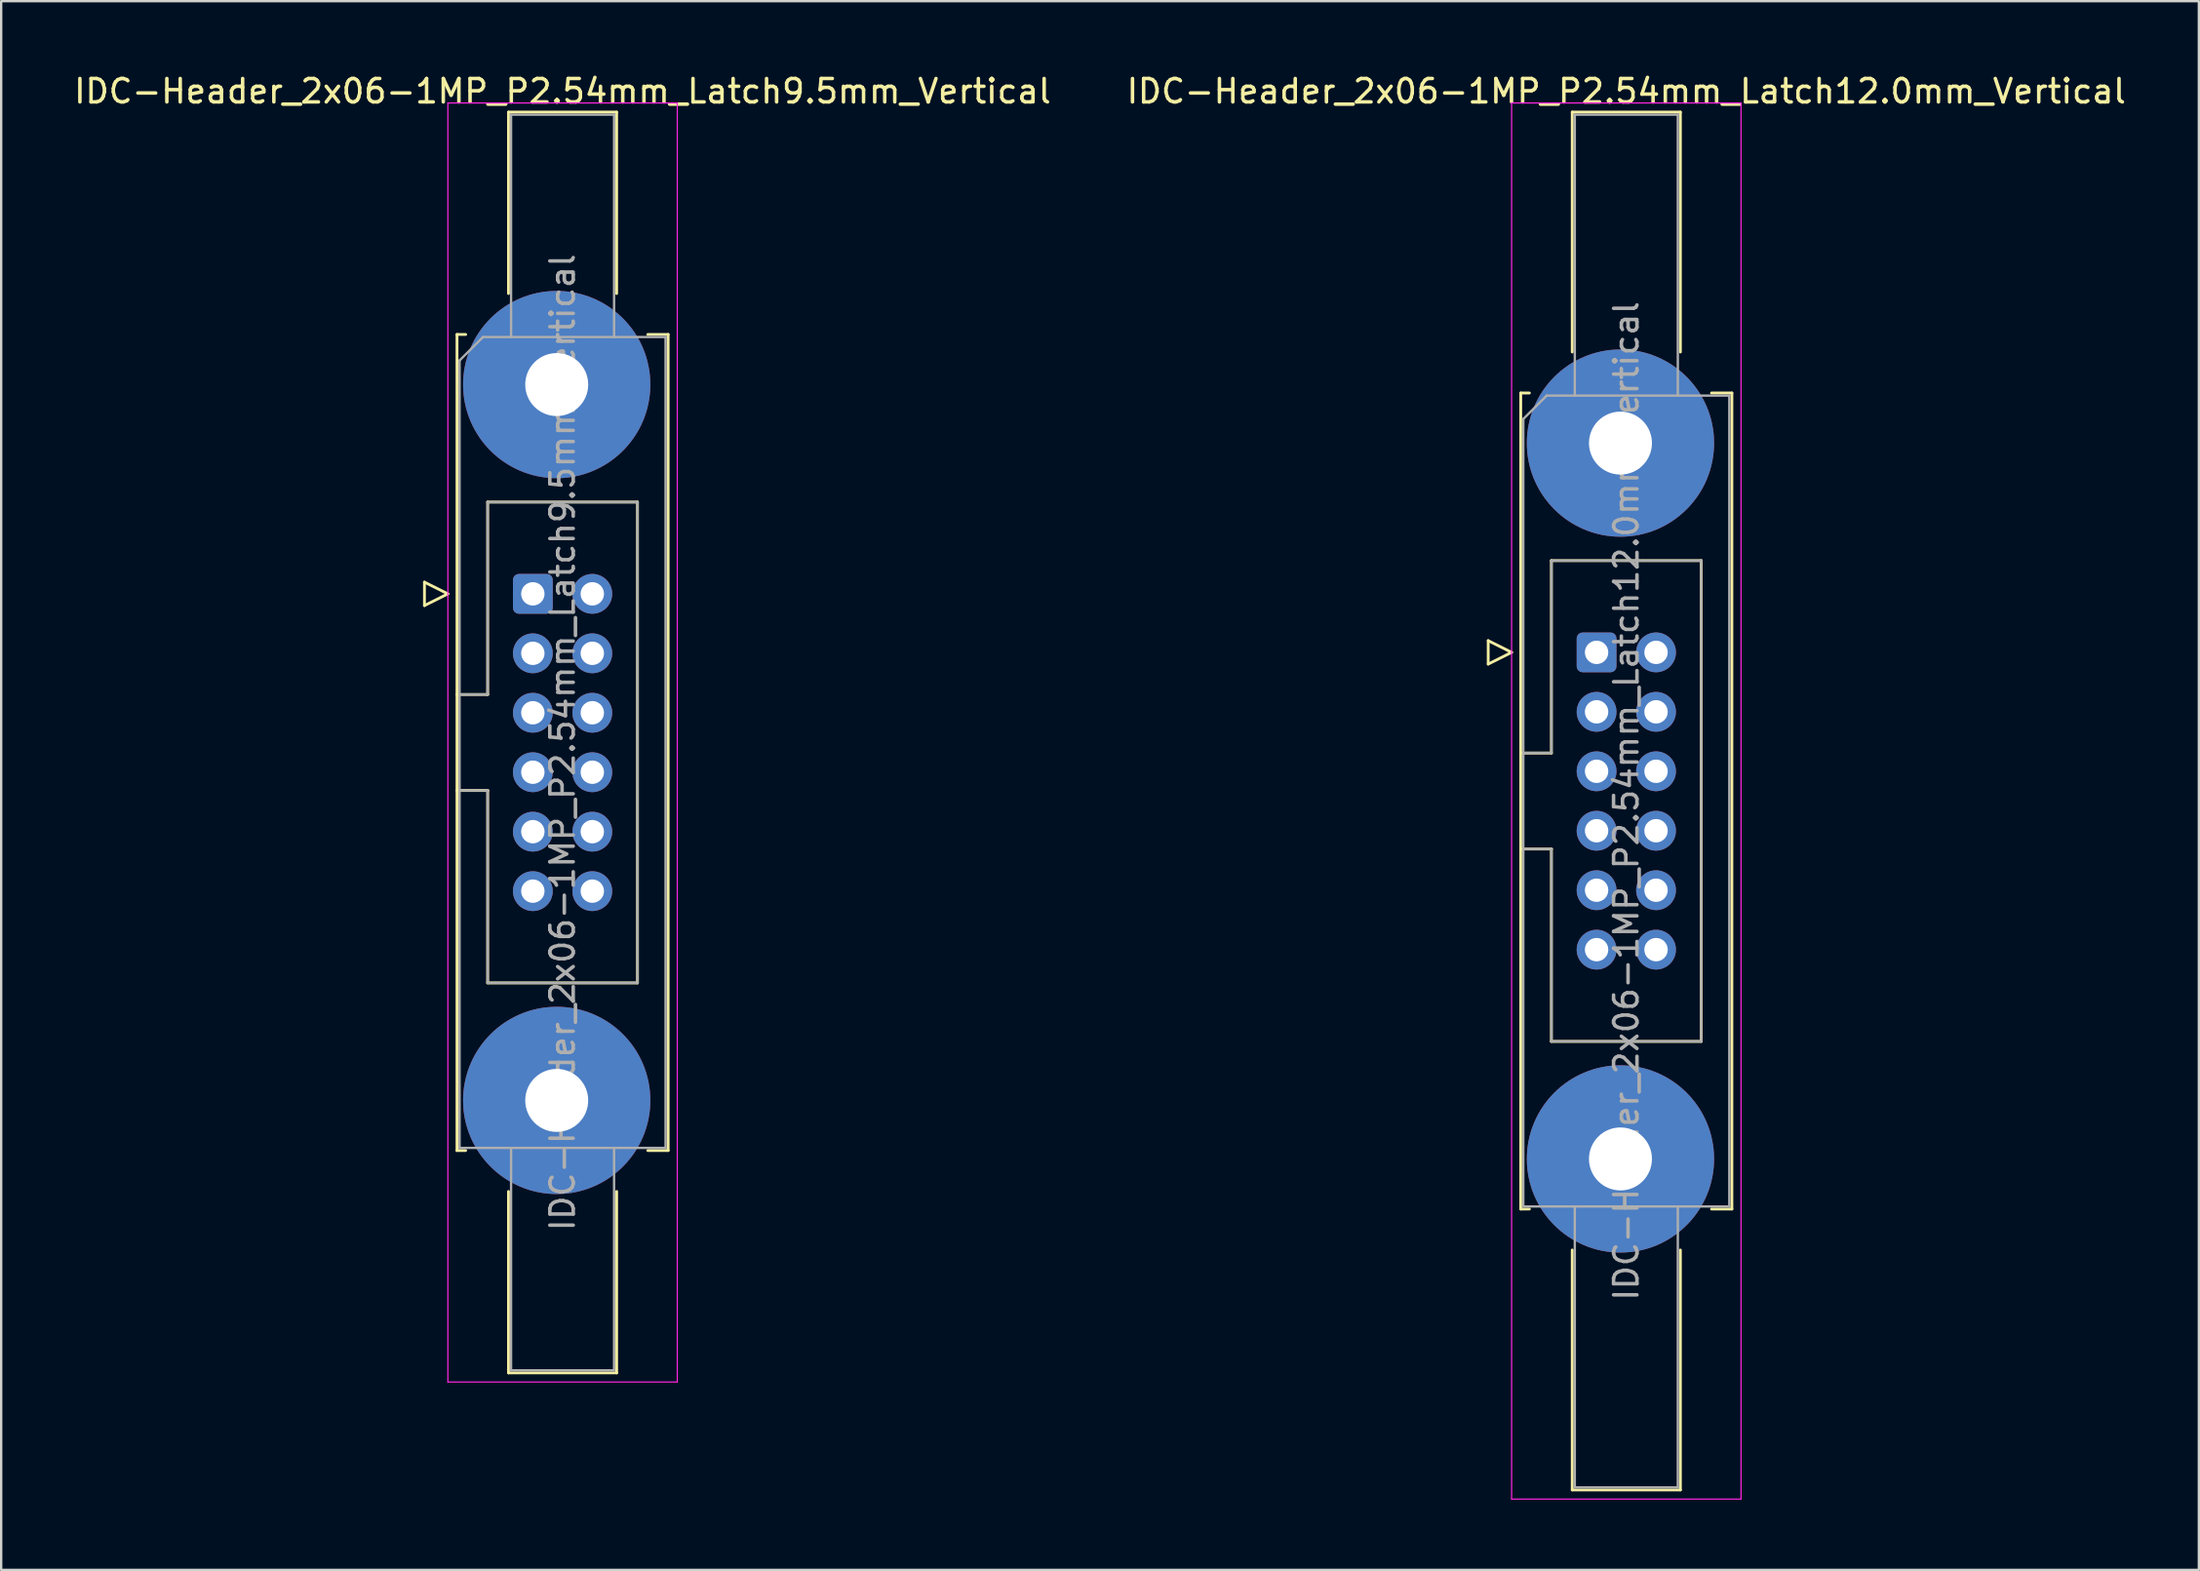
<source format=kicad_pcb>
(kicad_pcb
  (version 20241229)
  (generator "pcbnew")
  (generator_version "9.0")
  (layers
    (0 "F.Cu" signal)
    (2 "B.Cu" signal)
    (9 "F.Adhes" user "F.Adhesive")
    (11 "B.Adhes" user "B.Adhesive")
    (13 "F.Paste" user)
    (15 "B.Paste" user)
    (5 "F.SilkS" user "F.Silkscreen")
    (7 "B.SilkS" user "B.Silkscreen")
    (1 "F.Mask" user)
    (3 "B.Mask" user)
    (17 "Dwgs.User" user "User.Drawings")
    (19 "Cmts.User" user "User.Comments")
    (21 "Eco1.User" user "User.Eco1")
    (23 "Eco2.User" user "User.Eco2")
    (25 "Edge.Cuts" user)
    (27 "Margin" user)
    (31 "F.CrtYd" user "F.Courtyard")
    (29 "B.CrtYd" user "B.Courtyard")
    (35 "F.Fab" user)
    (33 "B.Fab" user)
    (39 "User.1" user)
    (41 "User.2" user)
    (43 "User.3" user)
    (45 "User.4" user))
  (footprint "IDC-Header_2x06-1MP_P2.54mm_Latch9.5mm_Vertical"
    (layer "F.Cu")
    (at 19.712 22.318)
    (property "Reference" "IDC-Header_2x06-1MP_P2.54mm_Latch9.5mm_Vertical" (at 1.27 -21.47 0) (layer "F.SilkS") (effects (font (size 1 1) (thickness 0.15))))
    (attr through_hole)
    (fp_line (start -4.63 -0.5) (end -4.63 0.5) (stroke (width 0.12) (type solid)) (layer "F.SilkS"))
    (fp_line (start -4.63 0.5) (end -3.63 0) (stroke (width 0.12) (type solid)) (layer "F.SilkS"))
    (fp_line (start -3.63 0) (end -4.63 -0.5) (stroke (width 0.12) (type solid)) (layer "F.SilkS"))
    (fp_line (start -3.24 -11.08) (end -3.24 23.78) (stroke (width 0.12) (type solid)) (layer "F.SilkS"))
    (fp_line (start -3.24 4.3) (end -1.93 4.3) (stroke (width 0.12) (type solid)) (layer "F.SilkS"))
    (fp_line (start -3.24 23.78) (end -2.87 23.78) (stroke (width 0.12) (type solid)) (layer "F.SilkS"))
    (fp_line (start -2.87 -11.08) (end -3.24 -11.08) (stroke (width 0.12) (type solid)) (layer "F.SilkS"))
    (fp_line (start -1.93 -3.92) (end 4.47 -3.92) (stroke (width 0.12) (type solid)) (layer "F.SilkS"))
    (fp_line (start -1.93 4.3) (end -1.93 -3.92) (stroke (width 0.12) (type solid)) (layer "F.SilkS"))
    (fp_line (start -1.93 8.4) (end -3.24 8.4) (stroke (width 0.12) (type solid)) (layer "F.SilkS"))
    (fp_line (start -1.93 8.4) (end -1.93 8.4) (stroke (width 0.12) (type solid)) (layer "F.SilkS"))
    (fp_line (start -1.93 16.62) (end -1.93 8.4) (stroke (width 0.12) (type solid)) (layer "F.SilkS"))
    (fp_line (start -1.04 -20.58) (end 3.58 -20.58) (stroke (width 0.12) (type solid)) (layer "F.SilkS"))
    (fp_line (start -1.04 -12.83) (end -1.04 -20.58) (stroke (width 0.12) (type solid)) (layer "F.SilkS"))
    (fp_line (start -1.04 25.53) (end -1.04 33.28) (stroke (width 0.12) (type solid)) (layer "F.SilkS"))
    (fp_line (start -1.04 33.28) (end 3.58 33.28) (stroke (width 0.12) (type solid)) (layer "F.SilkS"))
    (fp_line (start 3.58 -20.58) (end 3.58 -12.83) (stroke (width 0.12) (type solid)) (layer "F.SilkS"))
    (fp_line (start 3.58 33.28) (end 3.58 25.53) (stroke (width 0.12) (type solid)) (layer "F.SilkS"))
    (fp_line (start 4.47 -3.92) (end 4.47 16.62) (stroke (width 0.12) (type solid)) (layer "F.SilkS"))
    (fp_line (start 4.47 16.62) (end -1.93 16.62) (stroke (width 0.12) (type solid)) (layer "F.SilkS"))
    (fp_line (start 4.91 -11.08) (end 5.78 -11.08) (stroke (width 0.12) (type solid)) (layer "F.SilkS"))
    (fp_line (start 5.78 -11.08) (end 5.78 23.78) (stroke (width 0.12) (type solid)) (layer "F.SilkS"))
    (fp_line (start 5.78 23.78) (end 4.91 23.78) (stroke (width 0.12) (type solid)) (layer "F.SilkS"))
    (fp_line (start -3.63 -20.97) (end -3.63 33.67) (stroke (width 0.05) (type solid)) (layer "F.CrtYd"))
    (fp_line (start -3.63 33.67) (end 6.17 33.67) (stroke (width 0.05) (type solid)) (layer "F.CrtYd"))
    (fp_line (start 6.17 -20.97) (end -3.63 -20.97) (stroke (width 0.05) (type solid)) (layer "F.CrtYd"))
    (fp_line (start 6.17 33.67) (end 6.17 -20.97) (stroke (width 0.05) (type solid)) (layer "F.CrtYd"))
    (fp_line (start -3.13 -9.97) (end -2.13 -10.97) (stroke (width 0.1) (type solid)) (layer "F.Fab"))
    (fp_line (start -3.13 4.3) (end -1.93 4.3) (stroke (width 0.1) (type solid)) (layer "F.Fab"))
    (fp_line (start -3.13 23.67) (end -3.13 -9.97) (stroke (width 0.1) (type solid)) (layer "F.Fab"))
    (fp_line (start -2.13 -10.97) (end 5.67 -10.97) (stroke (width 0.1) (type solid)) (layer "F.Fab"))
    (fp_line (start -1.93 -3.92) (end 4.47 -3.92) (stroke (width 0.1) (type solid)) (layer "F.Fab"))
    (fp_line (start -1.93 4.3) (end -1.93 -3.92) (stroke (width 0.1) (type solid)) (layer "F.Fab"))
    (fp_line (start -1.93 8.4) (end -3.13 8.4) (stroke (width 0.1) (type solid)) (layer "F.Fab"))
    (fp_line (start -1.93 8.4) (end -1.93 8.4) (stroke (width 0.1) (type solid)) (layer "F.Fab"))
    (fp_line (start -1.93 16.62) (end -1.93 8.4) (stroke (width 0.1) (type solid)) (layer "F.Fab"))
    (fp_line (start -0.93 -20.47) (end 3.47 -20.47) (stroke (width 0.1) (type solid)) (layer "F.Fab"))
    (fp_line (start -0.93 -10.97) (end -0.93 -20.47) (stroke (width 0.1) (type solid)) (layer "F.Fab"))
    (fp_line (start -0.93 23.67) (end -0.93 33.17) (stroke (width 0.1) (type solid)) (layer "F.Fab"))
    (fp_line (start -0.93 33.17) (end 3.47 33.17) (stroke (width 0.1) (type solid)) (layer "F.Fab"))
    (fp_line (start 3.47 -20.47) (end 3.47 -10.97) (stroke (width 0.1) (type solid)) (layer "F.Fab"))
    (fp_line (start 3.47 33.17) (end 3.47 23.67) (stroke (width 0.1) (type solid)) (layer "F.Fab"))
    (fp_line (start 4.47 -3.92) (end 4.47 16.62) (stroke (width 0.1) (type solid)) (layer "F.Fab"))
    (fp_line (start 4.47 16.62) (end -1.93 16.62) (stroke (width 0.1) (type solid)) (layer "F.Fab"))
    (fp_line (start 5.67 -10.97) (end 5.67 23.67) (stroke (width 0.1) (type solid)) (layer "F.Fab"))
    (fp_line (start 5.67 23.67) (end -3.13 23.67) (stroke (width 0.1) (type solid)) (layer "F.Fab"))
    (fp_text user "${REFERENCE}" (at 1.27 6.35 90) (layer "F.Fab") (effects (font (size 1 1) (thickness 0.15))))
    (pad "1" thru_hole roundrect (at 0 0) (size 1.7 1.7) (drill 1) (layers "*.Cu" "*.Mask") (roundrect_rratio 0.147))
    (pad "2" thru_hole circle (at 2.54 0) (size 1.7 1.7) (drill 1) (layers "*.Cu" "*.Mask"))
    (pad "3" thru_hole circle (at 0 2.54) (size 1.7 1.7) (drill 1) (layers "*.Cu" "*.Mask"))
    (pad "4" thru_hole circle (at 2.54 2.54) (size 1.7 1.7) (drill 1) (layers "*.Cu" "*.Mask"))
    (pad "5" thru_hole circle (at 0 5.08) (size 1.7 1.7) (drill 1) (layers "*.Cu" "*.Mask"))
    (pad "6" thru_hole circle (at 2.54 5.08) (size 1.7 1.7) (drill 1) (layers "*.Cu" "*.Mask"))
    (pad "7" thru_hole circle (at 0 7.62) (size 1.7 1.7) (drill 1) (layers "*.Cu" "*.Mask"))
    (pad "8" thru_hole circle (at 2.54 7.62) (size 1.7 1.7) (drill 1) (layers "*.Cu" "*.Mask"))
    (pad "9" thru_hole circle (at 0 10.16) (size 1.7 1.7) (drill 1) (layers "*.Cu" "*.Mask"))
    (pad "10" thru_hole circle (at 2.54 10.16) (size 1.7 1.7) (drill 1) (layers "*.Cu" "*.Mask"))
    (pad "11" thru_hole circle (at 0 12.7) (size 1.7 1.7) (drill 1) (layers "*.Cu" "*.Mask"))
    (pad "12" thru_hole circle (at 2.54 12.7) (size 1.7 1.7) (drill 1) (layers "*.Cu" "*.Mask"))
    (pad "MP" thru_hole circle (at 1.02 -8.94) (size 8 8) (drill 2.69) (layers "*.Cu" "*.Mask"))
    (pad "MP" thru_hole circle (at 1.02 21.64) (size 8 8) (drill 2.69) (layers "*.Cu" "*.Mask")))
  (footprint "IDC-Header_2x06-1MP_P2.54mm_Latch12.0mm_Vertical"
    (layer "F.Cu")
    (at 65.153 24.818)
    (property "Reference" "IDC-Header_2x06-1MP_P2.54mm_Latch12.0mm_Vertical" (at 1.27 -23.97 0) (layer "F.SilkS") (effects (font (size 1 1) (thickness 0.15))))
    (attr through_hole)
    (fp_line (start -4.63 -0.5) (end -4.63 0.5) (stroke (width 0.12) (type solid)) (layer "F.SilkS"))
    (fp_line (start -4.63 0.5) (end -3.63 0) (stroke (width 0.12) (type solid)) (layer "F.SilkS"))
    (fp_line (start -3.63 0) (end -4.63 -0.5) (stroke (width 0.12) (type solid)) (layer "F.SilkS"))
    (fp_line (start -3.24 -11.08) (end -3.24 23.78) (stroke (width 0.12) (type solid)) (layer "F.SilkS"))
    (fp_line (start -3.24 4.3) (end -1.93 4.3) (stroke (width 0.12) (type solid)) (layer "F.SilkS"))
    (fp_line (start -3.24 23.78) (end -2.87 23.78) (stroke (width 0.12) (type solid)) (layer "F.SilkS"))
    (fp_line (start -2.87 -11.08) (end -3.24 -11.08) (stroke (width 0.12) (type solid)) (layer "F.SilkS"))
    (fp_line (start -1.93 -3.92) (end 4.47 -3.92) (stroke (width 0.12) (type solid)) (layer "F.SilkS"))
    (fp_line (start -1.93 4.3) (end -1.93 -3.92) (stroke (width 0.12) (type solid)) (layer "F.SilkS"))
    (fp_line (start -1.93 8.4) (end -3.24 8.4) (stroke (width 0.12) (type solid)) (layer "F.SilkS"))
    (fp_line (start -1.93 8.4) (end -1.93 8.4) (stroke (width 0.12) (type solid)) (layer "F.SilkS"))
    (fp_line (start -1.93 16.62) (end -1.93 8.4) (stroke (width 0.12) (type solid)) (layer "F.SilkS"))
    (fp_line (start -1.04 -23.08) (end 3.58 -23.08) (stroke (width 0.12) (type solid)) (layer "F.SilkS"))
    (fp_line (start -1.04 -12.83) (end -1.04 -23.08) (stroke (width 0.12) (type solid)) (layer "F.SilkS"))
    (fp_line (start -1.04 25.53) (end -1.04 35.78) (stroke (width 0.12) (type solid)) (layer "F.SilkS"))
    (fp_line (start -1.04 35.78) (end 3.58 35.78) (stroke (width 0.12) (type solid)) (layer "F.SilkS"))
    (fp_line (start 3.58 -23.08) (end 3.58 -12.83) (stroke (width 0.12) (type solid)) (layer "F.SilkS"))
    (fp_line (start 3.58 35.78) (end 3.58 25.53) (stroke (width 0.12) (type solid)) (layer "F.SilkS"))
    (fp_line (start 4.47 -3.92) (end 4.47 16.62) (stroke (width 0.12) (type solid)) (layer "F.SilkS"))
    (fp_line (start 4.47 16.62) (end -1.93 16.62) (stroke (width 0.12) (type solid)) (layer "F.SilkS"))
    (fp_line (start 4.91 -11.08) (end 5.78 -11.08) (stroke (width 0.12) (type solid)) (layer "F.SilkS"))
    (fp_line (start 5.78 -11.08) (end 5.78 23.78) (stroke (width 0.12) (type solid)) (layer "F.SilkS"))
    (fp_line (start 5.78 23.78) (end 4.91 23.78) (stroke (width 0.12) (type solid)) (layer "F.SilkS"))
    (fp_line (start -3.63 -23.47) (end -3.63 36.17) (stroke (width 0.05) (type solid)) (layer "F.CrtYd"))
    (fp_line (start -3.63 36.17) (end 6.17 36.17) (stroke (width 0.05) (type solid)) (layer "F.CrtYd"))
    (fp_line (start 6.17 -23.47) (end -3.63 -23.47) (stroke (width 0.05) (type solid)) (layer "F.CrtYd"))
    (fp_line (start 6.17 36.17) (end 6.17 -23.47) (stroke (width 0.05) (type solid)) (layer "F.CrtYd"))
    (fp_line (start -3.13 -9.97) (end -2.13 -10.97) (stroke (width 0.1) (type solid)) (layer "F.Fab"))
    (fp_line (start -3.13 4.3) (end -1.93 4.3) (stroke (width 0.1) (type solid)) (layer "F.Fab"))
    (fp_line (start -3.13 23.67) (end -3.13 -9.97) (stroke (width 0.1) (type solid)) (layer "F.Fab"))
    (fp_line (start -2.13 -10.97) (end 5.67 -10.97) (stroke (width 0.1) (type solid)) (layer "F.Fab"))
    (fp_line (start -1.93 -3.92) (end 4.47 -3.92) (stroke (width 0.1) (type solid)) (layer "F.Fab"))
    (fp_line (start -1.93 4.3) (end -1.93 -3.92) (stroke (width 0.1) (type solid)) (layer "F.Fab"))
    (fp_line (start -1.93 8.4) (end -3.13 8.4) (stroke (width 0.1) (type solid)) (layer "F.Fab"))
    (fp_line (start -1.93 8.4) (end -1.93 8.4) (stroke (width 0.1) (type solid)) (layer "F.Fab"))
    (fp_line (start -1.93 16.62) (end -1.93 8.4) (stroke (width 0.1) (type solid)) (layer "F.Fab"))
    (fp_line (start -0.93 -22.97) (end 3.47 -22.97) (stroke (width 0.1) (type solid)) (layer "F.Fab"))
    (fp_line (start -0.93 -10.97) (end -0.93 -22.97) (stroke (width 0.1) (type solid)) (layer "F.Fab"))
    (fp_line (start -0.93 23.67) (end -0.93 35.67) (stroke (width 0.1) (type solid)) (layer "F.Fab"))
    (fp_line (start -0.93 35.67) (end 3.47 35.67) (stroke (width 0.1) (type solid)) (layer "F.Fab"))
    (fp_line (start 3.47 -22.97) (end 3.47 -10.97) (stroke (width 0.1) (type solid)) (layer "F.Fab"))
    (fp_line (start 3.47 35.67) (end 3.47 23.67) (stroke (width 0.1) (type solid)) (layer "F.Fab"))
    (fp_line (start 4.47 -3.92) (end 4.47 16.62) (stroke (width 0.1) (type solid)) (layer "F.Fab"))
    (fp_line (start 4.47 16.62) (end -1.93 16.62) (stroke (width 0.1) (type solid)) (layer "F.Fab"))
    (fp_line (start 5.67 -10.97) (end 5.67 23.67) (stroke (width 0.1) (type solid)) (layer "F.Fab"))
    (fp_line (start 5.67 23.67) (end -3.13 23.67) (stroke (width 0.1) (type solid)) (layer "F.Fab"))
    (fp_text user "${REFERENCE}" (at 1.27 6.35 90) (layer "F.Fab") (effects (font (size 1 1) (thickness 0.15))))
    (pad "1" thru_hole roundrect (at 0 0) (size 1.7 1.7) (drill 1) (layers "*.Cu" "*.Mask") (roundrect_rratio 0.147))
    (pad "2" thru_hole circle (at 2.54 0) (size 1.7 1.7) (drill 1) (layers "*.Cu" "*.Mask"))
    (pad "3" thru_hole circle (at 0 2.54) (size 1.7 1.7) (drill 1) (layers "*.Cu" "*.Mask"))
    (pad "4" thru_hole circle (at 2.54 2.54) (size 1.7 1.7) (drill 1) (layers "*.Cu" "*.Mask"))
    (pad "5" thru_hole circle (at 0 5.08) (size 1.7 1.7) (drill 1) (layers "*.Cu" "*.Mask"))
    (pad "6" thru_hole circle (at 2.54 5.08) (size 1.7 1.7) (drill 1) (layers "*.Cu" "*.Mask"))
    (pad "7" thru_hole circle (at 0 7.62) (size 1.7 1.7) (drill 1) (layers "*.Cu" "*.Mask"))
    (pad "8" thru_hole circle (at 2.54 7.62) (size 1.7 1.7) (drill 1) (layers "*.Cu" "*.Mask"))
    (pad "9" thru_hole circle (at 0 10.16) (size 1.7 1.7) (drill 1) (layers "*.Cu" "*.Mask"))
    (pad "10" thru_hole circle (at 2.54 10.16) (size 1.7 1.7) (drill 1) (layers "*.Cu" "*.Mask"))
    (pad "11" thru_hole circle (at 0 12.7) (size 1.7 1.7) (drill 1) (layers "*.Cu" "*.Mask"))
    (pad "12" thru_hole circle (at 2.54 12.7) (size 1.7 1.7) (drill 1) (layers "*.Cu" "*.Mask"))
    (pad "MP" thru_hole circle (at 1.02 -8.94) (size 8 8) (drill 2.69) (layers "*.Cu" "*.Mask"))
    (pad "MP" thru_hole circle (at 1.02 21.64) (size 8 8) (drill 2.69) (layers "*.Cu" "*.Mask")))
  (gr_rect
    (start -3 -3)
    (end 90.881 64.013)
    (stroke (width 0.1) (type default))
    (fill no)
    (layer "Edge.Cuts")))
</source>
